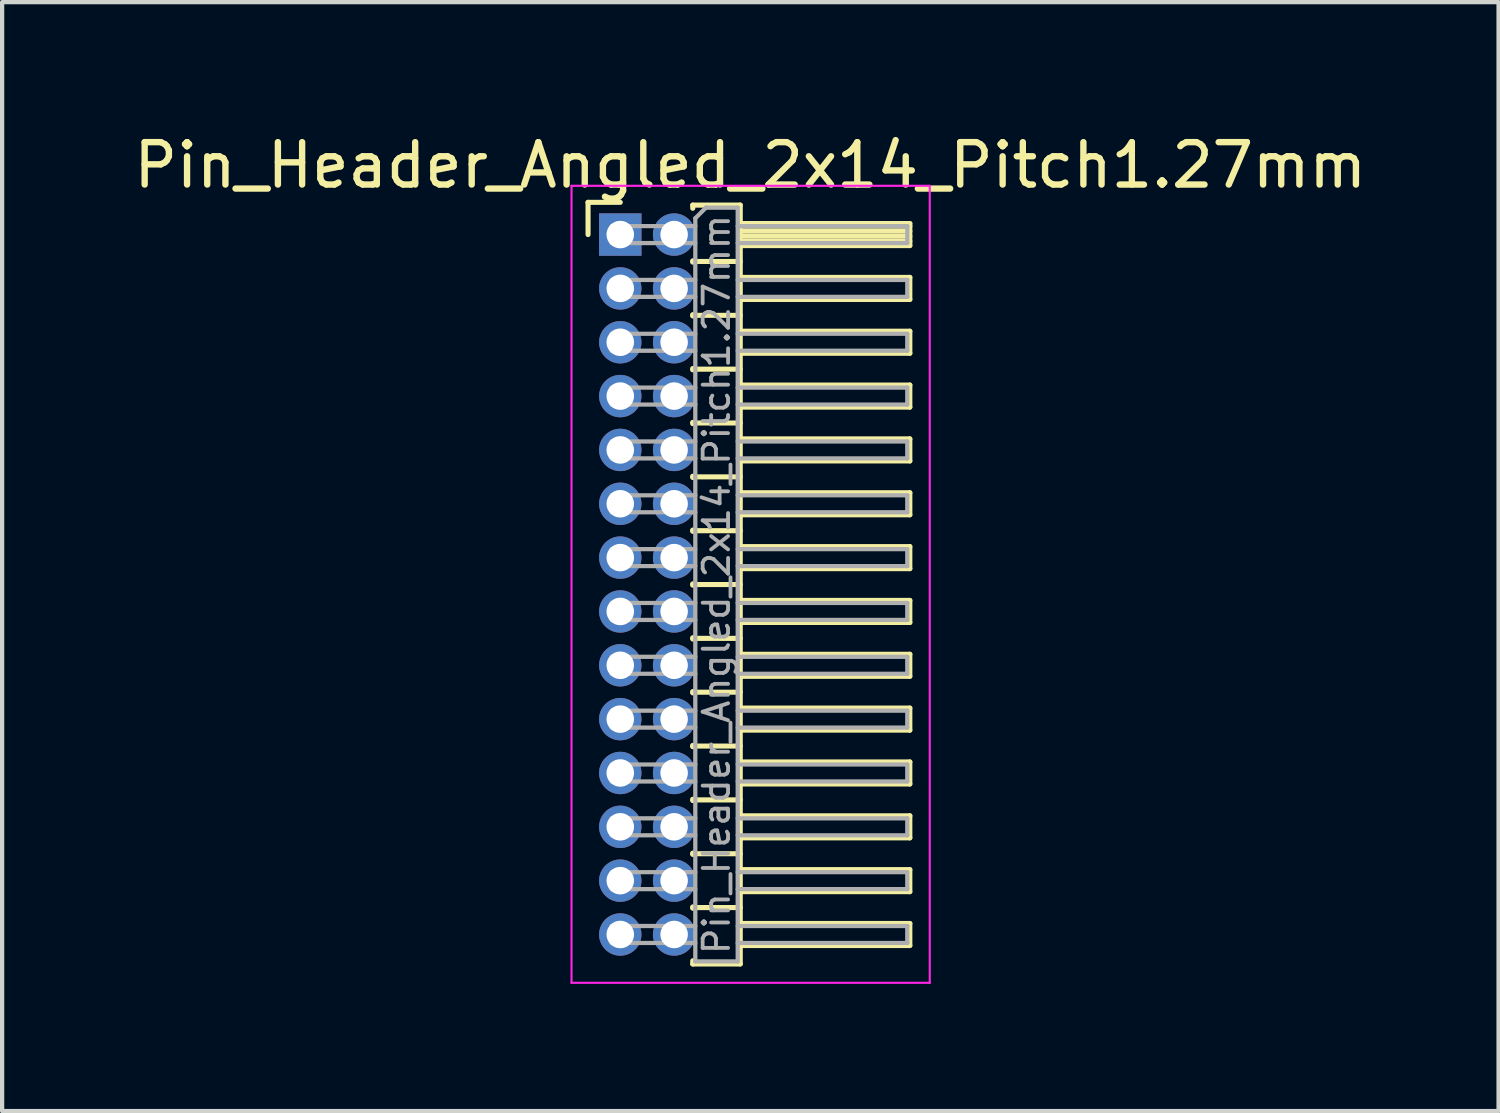
<source format=kicad_pcb>
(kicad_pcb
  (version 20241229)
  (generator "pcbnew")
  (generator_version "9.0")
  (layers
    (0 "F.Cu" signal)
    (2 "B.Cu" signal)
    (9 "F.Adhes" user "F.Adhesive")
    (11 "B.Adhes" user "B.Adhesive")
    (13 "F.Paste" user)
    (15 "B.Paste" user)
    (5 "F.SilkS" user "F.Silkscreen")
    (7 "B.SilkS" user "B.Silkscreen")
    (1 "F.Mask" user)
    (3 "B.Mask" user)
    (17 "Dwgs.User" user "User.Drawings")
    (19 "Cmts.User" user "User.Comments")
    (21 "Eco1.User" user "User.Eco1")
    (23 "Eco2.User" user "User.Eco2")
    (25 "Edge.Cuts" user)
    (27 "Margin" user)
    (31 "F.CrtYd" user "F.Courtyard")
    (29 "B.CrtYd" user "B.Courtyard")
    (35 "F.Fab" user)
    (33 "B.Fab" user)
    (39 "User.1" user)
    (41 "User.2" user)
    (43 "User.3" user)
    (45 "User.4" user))
  (footprint "Pin_Header_Angled_2x14_Pitch1.27mm"
    (layer "F.Cu")
    (at 11.581 2.483)
    (property "Reference" "Pin_Header_Angled_2x14_Pitch1.27mm" (at 3.067 -1.635 0) (layer "F.SilkS") (effects (font (size 1 1) (thickness 0.15))))
    (attr through_hole)
    (fp_line (start -0.76 -0.76) (end 0 -0.76) (stroke (width 0.12) (type solid)) (layer "F.SilkS"))
    (fp_line (start -0.76 0) (end -0.76 -0.76) (stroke (width 0.12) (type solid)) (layer "F.SilkS"))
    (fp_line (start 1.71 -0.695) (end 2.83 -0.695) (stroke (width 0.12) (type solid)) (layer "F.SilkS"))
    (fp_line (start 1.71 -0.62) (end 1.71 -0.695) (stroke (width 0.12) (type solid)) (layer "F.SilkS"))
    (fp_line (start 1.71 0.62) (end 1.71 0.65) (stroke (width 0.12) (type solid)) (layer "F.SilkS"))
    (fp_line (start 1.71 0.635) (end 2.83 0.635) (stroke (width 0.12) (type solid)) (layer "F.SilkS"))
    (fp_line (start 1.71 1.89) (end 1.71 1.92) (stroke (width 0.12) (type solid)) (layer "F.SilkS"))
    (fp_line (start 1.71 1.905) (end 2.83 1.905) (stroke (width 0.12) (type solid)) (layer "F.SilkS"))
    (fp_line (start 1.71 3.16) (end 1.71 3.19) (stroke (width 0.12) (type solid)) (layer "F.SilkS"))
    (fp_line (start 1.71 3.175) (end 2.83 3.175) (stroke (width 0.12) (type solid)) (layer "F.SilkS"))
    (fp_line (start 1.71 4.43) (end 1.71 4.46) (stroke (width 0.12) (type solid)) (layer "F.SilkS"))
    (fp_line (start 1.71 4.445) (end 2.83 4.445) (stroke (width 0.12) (type solid)) (layer "F.SilkS"))
    (fp_line (start 1.71 5.7) (end 1.71 5.73) (stroke (width 0.12) (type solid)) (layer "F.SilkS"))
    (fp_line (start 1.71 5.715) (end 2.83 5.715) (stroke (width 0.12) (type solid)) (layer "F.SilkS"))
    (fp_line (start 1.71 6.97) (end 1.71 7) (stroke (width 0.12) (type solid)) (layer "F.SilkS"))
    (fp_line (start 1.71 6.985) (end 2.83 6.985) (stroke (width 0.12) (type solid)) (layer "F.SilkS"))
    (fp_line (start 1.71 8.24) (end 1.71 8.27) (stroke (width 0.12) (type solid)) (layer "F.SilkS"))
    (fp_line (start 1.71 8.255) (end 2.83 8.255) (stroke (width 0.12) (type solid)) (layer "F.SilkS"))
    (fp_line (start 1.71 9.51) (end 1.71 9.54) (stroke (width 0.12) (type solid)) (layer "F.SilkS"))
    (fp_line (start 1.71 9.525) (end 2.83 9.525) (stroke (width 0.12) (type solid)) (layer "F.SilkS"))
    (fp_line (start 1.71 10.78) (end 1.71 10.81) (stroke (width 0.12) (type solid)) (layer "F.SilkS"))
    (fp_line (start 1.71 10.795) (end 2.83 10.795) (stroke (width 0.12) (type solid)) (layer "F.SilkS"))
    (fp_line (start 1.71 12.05) (end 1.71 12.08) (stroke (width 0.12) (type solid)) (layer "F.SilkS"))
    (fp_line (start 1.71 12.065) (end 2.83 12.065) (stroke (width 0.12) (type solid)) (layer "F.SilkS"))
    (fp_line (start 1.71 13.32) (end 1.71 13.35) (stroke (width 0.12) (type solid)) (layer "F.SilkS"))
    (fp_line (start 1.71 13.335) (end 2.83 13.335) (stroke (width 0.12) (type solid)) (layer "F.SilkS"))
    (fp_line (start 1.71 14.59) (end 1.71 14.62) (stroke (width 0.12) (type solid)) (layer "F.SilkS"))
    (fp_line (start 1.71 14.605) (end 2.83 14.605) (stroke (width 0.12) (type solid)) (layer "F.SilkS"))
    (fp_line (start 1.71 15.86) (end 1.71 15.89) (stroke (width 0.12) (type solid)) (layer "F.SilkS"))
    (fp_line (start 1.71 15.875) (end 2.83 15.875) (stroke (width 0.12) (type solid)) (layer "F.SilkS"))
    (fp_line (start 1.71 17.205) (end 1.71 17.13) (stroke (width 0.12) (type solid)) (layer "F.SilkS"))
    (fp_line (start 2.83 -0.695) (end 2.83 17.205) (stroke (width 0.12) (type solid)) (layer "F.SilkS"))
    (fp_line (start 2.83 -0.26) (end 6.83 -0.26) (stroke (width 0.12) (type solid)) (layer "F.SilkS"))
    (fp_line (start 2.83 -0.2) (end 6.83 -0.2) (stroke (width 0.12) (type solid)) (layer "F.SilkS"))
    (fp_line (start 2.83 -0.08) (end 6.83 -0.08) (stroke (width 0.12) (type solid)) (layer "F.SilkS"))
    (fp_line (start 2.83 0.04) (end 6.83 0.04) (stroke (width 0.12) (type solid)) (layer "F.SilkS"))
    (fp_line (start 2.83 0.16) (end 6.83 0.16) (stroke (width 0.12) (type solid)) (layer "F.SilkS"))
    (fp_line (start 2.83 1.01) (end 6.83 1.01) (stroke (width 0.12) (type solid)) (layer "F.SilkS"))
    (fp_line (start 2.83 2.28) (end 6.83 2.28) (stroke (width 0.12) (type solid)) (layer "F.SilkS"))
    (fp_line (start 2.83 3.55) (end 6.83 3.55) (stroke (width 0.12) (type solid)) (layer "F.SilkS"))
    (fp_line (start 2.83 4.82) (end 6.83 4.82) (stroke (width 0.12) (type solid)) (layer "F.SilkS"))
    (fp_line (start 2.83 6.09) (end 6.83 6.09) (stroke (width 0.12) (type solid)) (layer "F.SilkS"))
    (fp_line (start 2.83 7.36) (end 6.83 7.36) (stroke (width 0.12) (type solid)) (layer "F.SilkS"))
    (fp_line (start 2.83 8.63) (end 6.83 8.63) (stroke (width 0.12) (type solid)) (layer "F.SilkS"))
    (fp_line (start 2.83 9.9) (end 6.83 9.9) (stroke (width 0.12) (type solid)) (layer "F.SilkS"))
    (fp_line (start 2.83 11.17) (end 6.83 11.17) (stroke (width 0.12) (type solid)) (layer "F.SilkS"))
    (fp_line (start 2.83 12.44) (end 6.83 12.44) (stroke (width 0.12) (type solid)) (layer "F.SilkS"))
    (fp_line (start 2.83 13.71) (end 6.83 13.71) (stroke (width 0.12) (type solid)) (layer "F.SilkS"))
    (fp_line (start 2.83 14.98) (end 6.83 14.98) (stroke (width 0.12) (type solid)) (layer "F.SilkS"))
    (fp_line (start 2.83 16.25) (end 6.83 16.25) (stroke (width 0.12) (type solid)) (layer "F.SilkS"))
    (fp_line (start 2.83 17.205) (end 1.71 17.205) (stroke (width 0.12) (type solid)) (layer "F.SilkS"))
    (fp_line (start 6.83 -0.26) (end 6.83 0.26) (stroke (width 0.12) (type solid)) (layer "F.SilkS"))
    (fp_line (start 6.83 0.26) (end 2.83 0.26) (stroke (width 0.12) (type solid)) (layer "F.SilkS"))
    (fp_line (start 6.83 1.01) (end 6.83 1.53) (stroke (width 0.12) (type solid)) (layer "F.SilkS"))
    (fp_line (start 6.83 1.53) (end 2.83 1.53) (stroke (width 0.12) (type solid)) (layer "F.SilkS"))
    (fp_line (start 6.83 2.28) (end 6.83 2.8) (stroke (width 0.12) (type solid)) (layer "F.SilkS"))
    (fp_line (start 6.83 2.8) (end 2.83 2.8) (stroke (width 0.12) (type solid)) (layer "F.SilkS"))
    (fp_line (start 6.83 3.55) (end 6.83 4.07) (stroke (width 0.12) (type solid)) (layer "F.SilkS"))
    (fp_line (start 6.83 4.07) (end 2.83 4.07) (stroke (width 0.12) (type solid)) (layer "F.SilkS"))
    (fp_line (start 6.83 4.82) (end 6.83 5.34) (stroke (width 0.12) (type solid)) (layer "F.SilkS"))
    (fp_line (start 6.83 5.34) (end 2.83 5.34) (stroke (width 0.12) (type solid)) (layer "F.SilkS"))
    (fp_line (start 6.83 6.09) (end 6.83 6.61) (stroke (width 0.12) (type solid)) (layer "F.SilkS"))
    (fp_line (start 6.83 6.61) (end 2.83 6.61) (stroke (width 0.12) (type solid)) (layer "F.SilkS"))
    (fp_line (start 6.83 7.36) (end 6.83 7.88) (stroke (width 0.12) (type solid)) (layer "F.SilkS"))
    (fp_line (start 6.83 7.88) (end 2.83 7.88) (stroke (width 0.12) (type solid)) (layer "F.SilkS"))
    (fp_line (start 6.83 8.63) (end 6.83 9.15) (stroke (width 0.12) (type solid)) (layer "F.SilkS"))
    (fp_line (start 6.83 9.15) (end 2.83 9.15) (stroke (width 0.12) (type solid)) (layer "F.SilkS"))
    (fp_line (start 6.83 9.9) (end 6.83 10.42) (stroke (width 0.12) (type solid)) (layer "F.SilkS"))
    (fp_line (start 6.83 10.42) (end 2.83 10.42) (stroke (width 0.12) (type solid)) (layer "F.SilkS"))
    (fp_line (start 6.83 11.17) (end 6.83 11.69) (stroke (width 0.12) (type solid)) (layer "F.SilkS"))
    (fp_line (start 6.83 11.69) (end 2.83 11.69) (stroke (width 0.12) (type solid)) (layer "F.SilkS"))
    (fp_line (start 6.83 12.44) (end 6.83 12.96) (stroke (width 0.12) (type solid)) (layer "F.SilkS"))
    (fp_line (start 6.83 12.96) (end 2.83 12.96) (stroke (width 0.12) (type solid)) (layer "F.SilkS"))
    (fp_line (start 6.83 13.71) (end 6.83 14.23) (stroke (width 0.12) (type solid)) (layer "F.SilkS"))
    (fp_line (start 6.83 14.23) (end 2.83 14.23) (stroke (width 0.12) (type solid)) (layer "F.SilkS"))
    (fp_line (start 6.83 14.98) (end 6.83 15.5) (stroke (width 0.12) (type solid)) (layer "F.SilkS"))
    (fp_line (start 6.83 15.5) (end 2.83 15.5) (stroke (width 0.12) (type solid)) (layer "F.SilkS"))
    (fp_line (start 6.83 16.25) (end 6.83 16.77) (stroke (width 0.12) (type solid)) (layer "F.SilkS"))
    (fp_line (start 6.83 16.77) (end 2.83 16.77) (stroke (width 0.12) (type solid)) (layer "F.SilkS"))
    (fp_line (start -1.15 -1.15) (end -1.15 17.65) (stroke (width 0.05) (type solid)) (layer "F.CrtYd"))
    (fp_line (start -1.15 17.65) (end 7.3 17.65) (stroke (width 0.05) (type solid)) (layer "F.CrtYd"))
    (fp_line (start 7.3 -1.15) (end -1.15 -1.15) (stroke (width 0.05) (type solid)) (layer "F.CrtYd"))
    (fp_line (start 7.3 17.65) (end 7.3 -1.15) (stroke (width 0.05) (type solid)) (layer "F.CrtYd"))
    (fp_line (start -0.2 -0.2) (end -0.2 0.2) (stroke (width 0.1) (type solid)) (layer "F.Fab"))
    (fp_line (start -0.2 -0.2) (end 1.77 -0.2) (stroke (width 0.1) (type solid)) (layer "F.Fab"))
    (fp_line (start -0.2 0.2) (end 1.77 0.2) (stroke (width 0.1) (type solid)) (layer "F.Fab"))
    (fp_line (start -0.2 1.07) (end -0.2 1.47) (stroke (width 0.1) (type solid)) (layer "F.Fab"))
    (fp_line (start -0.2 1.07) (end 1.77 1.07) (stroke (width 0.1) (type solid)) (layer "F.Fab"))
    (fp_line (start -0.2 1.47) (end 1.77 1.47) (stroke (width 0.1) (type solid)) (layer "F.Fab"))
    (fp_line (start -0.2 2.34) (end -0.2 2.74) (stroke (width 0.1) (type solid)) (layer "F.Fab"))
    (fp_line (start -0.2 2.34) (end 1.77 2.34) (stroke (width 0.1) (type solid)) (layer "F.Fab"))
    (fp_line (start -0.2 2.74) (end 1.77 2.74) (stroke (width 0.1) (type solid)) (layer "F.Fab"))
    (fp_line (start -0.2 3.61) (end -0.2 4.01) (stroke (width 0.1) (type solid)) (layer "F.Fab"))
    (fp_line (start -0.2 3.61) (end 1.77 3.61) (stroke (width 0.1) (type solid)) (layer "F.Fab"))
    (fp_line (start -0.2 4.01) (end 1.77 4.01) (stroke (width 0.1) (type solid)) (layer "F.Fab"))
    (fp_line (start -0.2 4.88) (end -0.2 5.28) (stroke (width 0.1) (type solid)) (layer "F.Fab"))
    (fp_line (start -0.2 4.88) (end 1.77 4.88) (stroke (width 0.1) (type solid)) (layer "F.Fab"))
    (fp_line (start -0.2 5.28) (end 1.77 5.28) (stroke (width 0.1) (type solid)) (layer "F.Fab"))
    (fp_line (start -0.2 6.15) (end -0.2 6.55) (stroke (width 0.1) (type solid)) (layer "F.Fab"))
    (fp_line (start -0.2 6.15) (end 1.77 6.15) (stroke (width 0.1) (type solid)) (layer "F.Fab"))
    (fp_line (start -0.2 6.55) (end 1.77 6.55) (stroke (width 0.1) (type solid)) (layer "F.Fab"))
    (fp_line (start -0.2 7.42) (end -0.2 7.82) (stroke (width 0.1) (type solid)) (layer "F.Fab"))
    (fp_line (start -0.2 7.42) (end 1.77 7.42) (stroke (width 0.1) (type solid)) (layer "F.Fab"))
    (fp_line (start -0.2 7.82) (end 1.77 7.82) (stroke (width 0.1) (type solid)) (layer "F.Fab"))
    (fp_line (start -0.2 8.69) (end -0.2 9.09) (stroke (width 0.1) (type solid)) (layer "F.Fab"))
    (fp_line (start -0.2 8.69) (end 1.77 8.69) (stroke (width 0.1) (type solid)) (layer "F.Fab"))
    (fp_line (start -0.2 9.09) (end 1.77 9.09) (stroke (width 0.1) (type solid)) (layer "F.Fab"))
    (fp_line (start -0.2 9.96) (end -0.2 10.36) (stroke (width 0.1) (type solid)) (layer "F.Fab"))
    (fp_line (start -0.2 9.96) (end 1.77 9.96) (stroke (width 0.1) (type solid)) (layer "F.Fab"))
    (fp_line (start -0.2 10.36) (end 1.77 10.36) (stroke (width 0.1) (type solid)) (layer "F.Fab"))
    (fp_line (start -0.2 11.23) (end -0.2 11.63) (stroke (width 0.1) (type solid)) (layer "F.Fab"))
    (fp_line (start -0.2 11.23) (end 1.77 11.23) (stroke (width 0.1) (type solid)) (layer "F.Fab"))
    (fp_line (start -0.2 11.63) (end 1.77 11.63) (stroke (width 0.1) (type solid)) (layer "F.Fab"))
    (fp_line (start -0.2 12.5) (end -0.2 12.9) (stroke (width 0.1) (type solid)) (layer "F.Fab"))
    (fp_line (start -0.2 12.5) (end 1.77 12.5) (stroke (width 0.1) (type solid)) (layer "F.Fab"))
    (fp_line (start -0.2 12.9) (end 1.77 12.9) (stroke (width 0.1) (type solid)) (layer "F.Fab"))
    (fp_line (start -0.2 13.77) (end -0.2 14.17) (stroke (width 0.1) (type solid)) (layer "F.Fab"))
    (fp_line (start -0.2 13.77) (end 1.77 13.77) (stroke (width 0.1) (type solid)) (layer "F.Fab"))
    (fp_line (start -0.2 14.17) (end 1.77 14.17) (stroke (width 0.1) (type solid)) (layer "F.Fab"))
    (fp_line (start -0.2 15.04) (end -0.2 15.44) (stroke (width 0.1) (type solid)) (layer "F.Fab"))
    (fp_line (start -0.2 15.04) (end 1.77 15.04) (stroke (width 0.1) (type solid)) (layer "F.Fab"))
    (fp_line (start -0.2 15.44) (end 1.77 15.44) (stroke (width 0.1) (type solid)) (layer "F.Fab"))
    (fp_line (start -0.2 16.31) (end -0.2 16.71) (stroke (width 0.1) (type solid)) (layer "F.Fab"))
    (fp_line (start -0.2 16.31) (end 1.77 16.31) (stroke (width 0.1) (type solid)) (layer "F.Fab"))
    (fp_line (start -0.2 16.71) (end 1.77 16.71) (stroke (width 0.1) (type solid)) (layer "F.Fab"))
    (fp_line (start 1.77 -0.385) (end 2.02 -0.635) (stroke (width 0.1) (type solid)) (layer "F.Fab"))
    (fp_line (start 1.77 17.145) (end 1.77 -0.385) (stroke (width 0.1) (type solid)) (layer "F.Fab"))
    (fp_line (start 2.02 -0.635) (end 2.77 -0.635) (stroke (width 0.1) (type solid)) (layer "F.Fab"))
    (fp_line (start 2.77 -0.635) (end 2.77 17.145) (stroke (width 0.1) (type solid)) (layer "F.Fab"))
    (fp_line (start 2.77 -0.2) (end 6.77 -0.2) (stroke (width 0.1) (type solid)) (layer "F.Fab"))
    (fp_line (start 2.77 0.2) (end 6.77 0.2) (stroke (width 0.1) (type solid)) (layer "F.Fab"))
    (fp_line (start 2.77 1.07) (end 6.77 1.07) (stroke (width 0.1) (type solid)) (layer "F.Fab"))
    (fp_line (start 2.77 1.47) (end 6.77 1.47) (stroke (width 0.1) (type solid)) (layer "F.Fab"))
    (fp_line (start 2.77 2.34) (end 6.77 2.34) (stroke (width 0.1) (type solid)) (layer "F.Fab"))
    (fp_line (start 2.77 2.74) (end 6.77 2.74) (stroke (width 0.1) (type solid)) (layer "F.Fab"))
    (fp_line (start 2.77 3.61) (end 6.77 3.61) (stroke (width 0.1) (type solid)) (layer "F.Fab"))
    (fp_line (start 2.77 4.01) (end 6.77 4.01) (stroke (width 0.1) (type solid)) (layer "F.Fab"))
    (fp_line (start 2.77 4.88) (end 6.77 4.88) (stroke (width 0.1) (type solid)) (layer "F.Fab"))
    (fp_line (start 2.77 5.28) (end 6.77 5.28) (stroke (width 0.1) (type solid)) (layer "F.Fab"))
    (fp_line (start 2.77 6.15) (end 6.77 6.15) (stroke (width 0.1) (type solid)) (layer "F.Fab"))
    (fp_line (start 2.77 6.55) (end 6.77 6.55) (stroke (width 0.1) (type solid)) (layer "F.Fab"))
    (fp_line (start 2.77 7.42) (end 6.77 7.42) (stroke (width 0.1) (type solid)) (layer "F.Fab"))
    (fp_line (start 2.77 7.82) (end 6.77 7.82) (stroke (width 0.1) (type solid)) (layer "F.Fab"))
    (fp_line (start 2.77 8.69) (end 6.77 8.69) (stroke (width 0.1) (type solid)) (layer "F.Fab"))
    (fp_line (start 2.77 9.09) (end 6.77 9.09) (stroke (width 0.1) (type solid)) (layer "F.Fab"))
    (fp_line (start 2.77 9.96) (end 6.77 9.96) (stroke (width 0.1) (type solid)) (layer "F.Fab"))
    (fp_line (start 2.77 10.36) (end 6.77 10.36) (stroke (width 0.1) (type solid)) (layer "F.Fab"))
    (fp_line (start 2.77 11.23) (end 6.77 11.23) (stroke (width 0.1) (type solid)) (layer "F.Fab"))
    (fp_line (start 2.77 11.63) (end 6.77 11.63) (stroke (width 0.1) (type solid)) (layer "F.Fab"))
    (fp_line (start 2.77 12.5) (end 6.77 12.5) (stroke (width 0.1) (type solid)) (layer "F.Fab"))
    (fp_line (start 2.77 12.9) (end 6.77 12.9) (stroke (width 0.1) (type solid)) (layer "F.Fab"))
    (fp_line (start 2.77 13.77) (end 6.77 13.77) (stroke (width 0.1) (type solid)) (layer "F.Fab"))
    (fp_line (start 2.77 14.17) (end 6.77 14.17) (stroke (width 0.1) (type solid)) (layer "F.Fab"))
    (fp_line (start 2.77 15.04) (end 6.77 15.04) (stroke (width 0.1) (type solid)) (layer "F.Fab"))
    (fp_line (start 2.77 15.44) (end 6.77 15.44) (stroke (width 0.1) (type solid)) (layer "F.Fab"))
    (fp_line (start 2.77 16.31) (end 6.77 16.31) (stroke (width 0.1) (type solid)) (layer "F.Fab"))
    (fp_line (start 2.77 16.71) (end 6.77 16.71) (stroke (width 0.1) (type solid)) (layer "F.Fab"))
    (fp_line (start 2.77 17.145) (end 1.77 17.145) (stroke (width 0.1) (type solid)) (layer "F.Fab"))
    (fp_line (start 6.77 -0.2) (end 6.77 0.2) (stroke (width 0.1) (type solid)) (layer "F.Fab"))
    (fp_line (start 6.77 1.07) (end 6.77 1.47) (stroke (width 0.1) (type solid)) (layer "F.Fab"))
    (fp_line (start 6.77 2.34) (end 6.77 2.74) (stroke (width 0.1) (type solid)) (layer "F.Fab"))
    (fp_line (start 6.77 3.61) (end 6.77 4.01) (stroke (width 0.1) (type solid)) (layer "F.Fab"))
    (fp_line (start 6.77 4.88) (end 6.77 5.28) (stroke (width 0.1) (type solid)) (layer "F.Fab"))
    (fp_line (start 6.77 6.15) (end 6.77 6.55) (stroke (width 0.1) (type solid)) (layer "F.Fab"))
    (fp_line (start 6.77 7.42) (end 6.77 7.82) (stroke (width 0.1) (type solid)) (layer "F.Fab"))
    (fp_line (start 6.77 8.69) (end 6.77 9.09) (stroke (width 0.1) (type solid)) (layer "F.Fab"))
    (fp_line (start 6.77 9.96) (end 6.77 10.36) (stroke (width 0.1) (type solid)) (layer "F.Fab"))
    (fp_line (start 6.77 11.23) (end 6.77 11.63) (stroke (width 0.1) (type solid)) (layer "F.Fab"))
    (fp_line (start 6.77 12.5) (end 6.77 12.9) (stroke (width 0.1) (type solid)) (layer "F.Fab"))
    (fp_line (start 6.77 13.77) (end 6.77 14.17) (stroke (width 0.1) (type solid)) (layer "F.Fab"))
    (fp_line (start 6.77 15.04) (end 6.77 15.44) (stroke (width 0.1) (type solid)) (layer "F.Fab"))
    (fp_line (start 6.77 16.31) (end 6.77 16.71) (stroke (width 0.1) (type solid)) (layer "F.Fab"))
    (fp_text user "${REFERENCE}" (at 2.27 8.255 90) (layer "F.Fab") (effects (font (size 0.6 0.6) (thickness 0.09))))
    (pad "1" thru_hole rect (at 0 0) (size 1 1) (drill 0.65) (layers "*.Cu" "*.Mask"))
    (pad "2" thru_hole oval (at 1.27 0) (size 1 1) (drill 0.65) (layers "*.Cu" "*.Mask"))
    (pad "3" thru_hole oval (at 0 1.27) (size 1 1) (drill 0.65) (layers "*.Cu" "*.Mask"))
    (pad "4" thru_hole oval (at 1.27 1.27) (size 1 1) (drill 0.65) (layers "*.Cu" "*.Mask"))
    (pad "5" thru_hole oval (at 0 2.54) (size 1 1) (drill 0.65) (layers "*.Cu" "*.Mask"))
    (pad "6" thru_hole oval (at 1.27 2.54) (size 1 1) (drill 0.65) (layers "*.Cu" "*.Mask"))
    (pad "7" thru_hole oval (at 0 3.81) (size 1 1) (drill 0.65) (layers "*.Cu" "*.Mask"))
    (pad "8" thru_hole oval (at 1.27 3.81) (size 1 1) (drill 0.65) (layers "*.Cu" "*.Mask"))
    (pad "9" thru_hole oval (at 0 5.08) (size 1 1) (drill 0.65) (layers "*.Cu" "*.Mask"))
    (pad "10" thru_hole oval (at 1.27 5.08) (size 1 1) (drill 0.65) (layers "*.Cu" "*.Mask"))
    (pad "11" thru_hole oval (at 0 6.35) (size 1 1) (drill 0.65) (layers "*.Cu" "*.Mask"))
    (pad "12" thru_hole oval (at 1.27 6.35) (size 1 1) (drill 0.65) (layers "*.Cu" "*.Mask"))
    (pad "13" thru_hole oval (at 0 7.62) (size 1 1) (drill 0.65) (layers "*.Cu" "*.Mask"))
    (pad "14" thru_hole oval (at 1.27 7.62) (size 1 1) (drill 0.65) (layers "*.Cu" "*.Mask"))
    (pad "15" thru_hole oval (at 0 8.89) (size 1 1) (drill 0.65) (layers "*.Cu" "*.Mask"))
    (pad "16" thru_hole oval (at 1.27 8.89) (size 1 1) (drill 0.65) (layers "*.Cu" "*.Mask"))
    (pad "17" thru_hole oval (at 0 10.16) (size 1 1) (drill 0.65) (layers "*.Cu" "*.Mask"))
    (pad "18" thru_hole oval (at 1.27 10.16) (size 1 1) (drill 0.65) (layers "*.Cu" "*.Mask"))
    (pad "19" thru_hole oval (at 0 11.43) (size 1 1) (drill 0.65) (layers "*.Cu" "*.Mask"))
    (pad "20" thru_hole oval (at 1.27 11.43) (size 1 1) (drill 0.65) (layers "*.Cu" "*.Mask"))
    (pad "21" thru_hole oval (at 0 12.7) (size 1 1) (drill 0.65) (layers "*.Cu" "*.Mask"))
    (pad "22" thru_hole oval (at 1.27 12.7) (size 1 1) (drill 0.65) (layers "*.Cu" "*.Mask"))
    (pad "23" thru_hole oval (at 0 13.97) (size 1 1) (drill 0.65) (layers "*.Cu" "*.Mask"))
    (pad "24" thru_hole oval (at 1.27 13.97) (size 1 1) (drill 0.65) (layers "*.Cu" "*.Mask"))
    (pad "25" thru_hole oval (at 0 15.24) (size 1 1) (drill 0.65) (layers "*.Cu" "*.Mask"))
    (pad "26" thru_hole oval (at 1.27 15.24) (size 1 1) (drill 0.65) (layers "*.Cu" "*.Mask"))
    (pad "27" thru_hole oval (at 0 16.51) (size 1 1) (drill 0.65) (layers "*.Cu" "*.Mask"))
    (pad "28" thru_hole oval (at 1.27 16.51) (size 1 1) (drill 0.65) (layers "*.Cu" "*.Mask")))
  (gr_rect
    (start -3 -3)
    (end 32.298 23.158)
    (stroke (width 0.1) (type default))
    (fill no)
    (layer "Edge.Cuts")))
</source>
